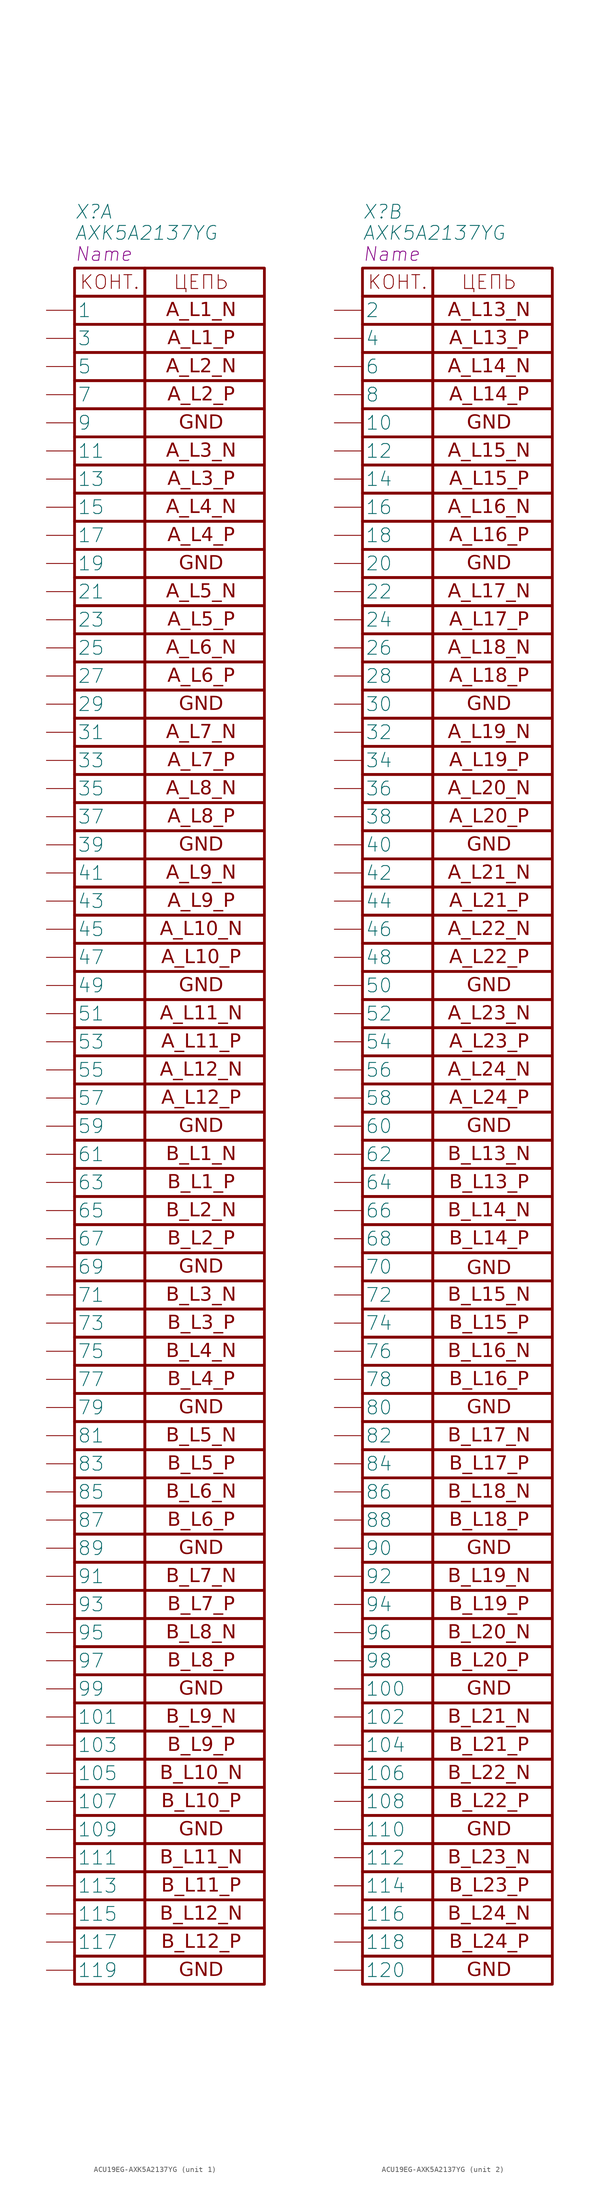
<source format=kicad_sym>
(kicad_symbol_lib
  (version 20241209)
  (generator "kicad_symbol_editor")
  (generator_version "9.0")
  (symbol "ACU19EG-AXK5A2137YG"
    (pin_numbers
      (hide yes))
    (property "Reference" "X"
      (at -12.7 10.16 0)
      (effects (font (size 2.5 2.5) (italic yes)) (justify left)))
    (property "Value" "AXK5A2137YG"
      (at -12.7 6.35 0)
      (effects (font (size 2.5 2.5) (italic yes)) (justify left)))
    (property "Name" "Name"
      (at -12.7 2.54 0)
      (effects (font (size 2.489 2.489) (italic yes)) (justify left)))
    (property "ki_locked" ""
      (at 0 0 0)
      (effects (font (size 1.27 1.27))))
    (symbol "ACU19EG-AXK5A2137YG_0_1"
      (rectangle (start -12.7 0) (end 0 -5.08) (stroke (width 0.5) (type default)) (fill (type none)))
      (rectangle (start -12.7 -5.08) (end 0 -10.16) (stroke (width 0.5) (type default)) (fill (type none)))
      (rectangle (start -12.7 -10.16) (end 0 -15.24) (stroke (width 0.5) (type default)) (fill (type none)))
      (rectangle (start -12.7 -15.24) (end 0 -20.32) (stroke (width 0.5) (type default)) (fill (type none)))
      (rectangle (start -12.7 -20.32) (end 0 -25.4) (stroke (width 0.5) (type default)) (fill (type none)))
      (rectangle (start -12.7 -25.4) (end 0 -30.48) (stroke (width 0.5) (type default)) (fill (type none)))
      (rectangle (start -12.7 -30.48) (end 0 -35.56) (stroke (width 0.5) (type default)) (fill (type none)))
      (rectangle (start -12.7 -35.56) (end 0 -40.64) (stroke (width 0.5) (type default)) (fill (type none)))
      (rectangle (start -12.7 -40.64) (end 0 -45.72) (stroke (width 0.5) (type default)) (fill (type none)))
      (rectangle (start -12.7 -45.72) (end 0 -50.8) (stroke (width 0.5) (type default)) (fill (type none)))
      (rectangle (start -12.7 -50.8) (end 0 -55.88) (stroke (width 0.5) (type default)) (fill (type none)))
      (rectangle (start -12.7 -55.88) (end 0 -60.96) (stroke (width 0.5) (type default)) (fill (type none)))
      (rectangle (start -12.7 -60.96) (end 0 -66.04) (stroke (width 0.5) (type default)) (fill (type none)))
      (rectangle (start -12.7 -66.04) (end 0 -71.12) (stroke (width 0.5) (type default)) (fill (type none)))
      (rectangle (start -12.7 -71.12) (end 0 -76.2) (stroke (width 0.5) (type default)) (fill (type none)))
      (rectangle (start -12.7 -76.2) (end 0 -81.28) (stroke (width 0.5) (type default)) (fill (type none)))
      (rectangle (start -12.7 -81.28) (end 0 -86.36) (stroke (width 0.5) (type default)) (fill (type none)))
      (rectangle (start -12.7 -86.36) (end 0 -91.44) (stroke (width 0.5) (type default)) (fill (type none)))
      (rectangle (start -12.7 -91.44) (end 0 -96.52) (stroke (width 0.5) (type default)) (fill (type none)))
      (rectangle (start -12.7 -96.52) (end 0 -101.6) (stroke (width 0.5) (type default)) (fill (type none)))
      (rectangle (start -12.7 -101.6) (end 0 -106.68) (stroke (width 0.5) (type default)) (fill (type none)))
      (rectangle (start -12.7 -106.68) (end 0 -111.76) (stroke (width 0.5) (type default)) (fill (type none)))
      (rectangle (start -12.7 -111.76) (end 0 -116.84) (stroke (width 0.5) (type default)) (fill (type none)))
      (rectangle (start -12.7 -116.84) (end 0 -121.92) (stroke (width 0.5) (type default)) (fill (type none)))
      (rectangle (start -12.7 -121.92) (end 0 -127) (stroke (width 0.5) (type default)) (fill (type none)))
      (rectangle (start -12.7 -127) (end 0 -132.08) (stroke (width 0.5) (type default)) (fill (type none)))
      (rectangle (start -12.7 -132.08) (end 0 -137.16) (stroke (width 0.5) (type default)) (fill (type none)))
      (rectangle (start -12.7 -137.16) (end 0 -142.24) (stroke (width 0.5) (type default)) (fill (type none)))
      (rectangle (start -12.7 -142.24) (end 0 -147.32) (stroke (width 0.5) (type default)) (fill (type none)))
      (rectangle (start -12.7 -147.32) (end 0 -152.4) (stroke (width 0.5) (type default)) (fill (type none)))
      (rectangle (start -12.7 -152.4) (end 0 -157.48) (stroke (width 0.5) (type default)) (fill (type none)))
      (rectangle (start -12.7 -157.48) (end 0 -162.56) (stroke (width 0.5) (type default)) (fill (type none)))
      (rectangle (start -12.7 -162.56) (end 0 -167.64) (stroke (width 0.5) (type default)) (fill (type none)))
      (rectangle (start -12.7 -167.64) (end 0 -172.72) (stroke (width 0.5) (type default)) (fill (type none)))
      (rectangle (start -12.7 -172.72) (end 0 -177.8) (stroke (width 0.5) (type default)) (fill (type none)))
      (rectangle (start -12.7 -177.8) (end 0 -182.88) (stroke (width 0.5) (type default)) (fill (type none)))
      (rectangle (start -12.7 -182.88) (end 0 -187.96) (stroke (width 0.5) (type default)) (fill (type none)))
      (rectangle (start -12.7 -187.96) (end 0 -193.04) (stroke (width 0.5) (type default)) (fill (type none)))
      (rectangle (start -12.7 -193.04) (end 0 -198.12) (stroke (width 0.5) (type default)) (fill (type none)))
      (rectangle (start -12.7 -198.12) (end 0 -203.2) (stroke (width 0.5) (type default)) (fill (type none)))
      (rectangle (start -12.7 -203.2) (end 0 -208.28) (stroke (width 0.5) (type default)) (fill (type none)))
      (rectangle (start -12.7 -208.28) (end 0 -213.36) (stroke (width 0.5) (type default)) (fill (type none)))
      (rectangle (start -12.7 -213.36) (end 0 -218.44) (stroke (width 0.5) (type default)) (fill (type none)))
      (rectangle (start -12.7 -218.44) (end 0 -223.52) (stroke (width 0.5) (type default)) (fill (type none)))
      (rectangle (start -12.7 -223.52) (end 0 -228.6) (stroke (width 0.5) (type default)) (fill (type none)))
      (rectangle (start -12.7 -228.6) (end 0 -233.68) (stroke (width 0.5) (type default)) (fill (type none)))
      (rectangle (start -12.7 -233.68) (end 0 -238.76) (stroke (width 0.5) (type default)) (fill (type none)))
      (rectangle (start -12.7 -238.76) (end 0 -243.84) (stroke (width 0.5) (type default)) (fill (type none)))
      (rectangle (start -12.7 -243.84) (end 0 -248.92) (stroke (width 0.5) (type default)) (fill (type none)))
      (rectangle (start -12.7 -248.92) (end 0 -254) (stroke (width 0.5) (type default)) (fill (type none)))
      (rectangle (start -12.7 -254) (end 0 -259.08) (stroke (width 0.5) (type default)) (fill (type none)))
      (rectangle (start -12.7 -259.08) (end 0 -264.16) (stroke (width 0.5) (type default)) (fill (type none)))
      (rectangle (start -12.7 -264.16) (end 0 -269.24) (stroke (width 0.5) (type default)) (fill (type none)))
      (rectangle (start -12.7 -269.24) (end 0 -274.32) (stroke (width 0.5) (type default)) (fill (type none)))
      (rectangle (start -12.7 -274.32) (end 0 -279.4) (stroke (width 0.5) (type default)) (fill (type none)))
      (rectangle (start -12.7 -279.4) (end 0 -284.48) (stroke (width 0.5) (type default)) (fill (type none)))
      (rectangle (start -12.7 -284.48) (end 0 -289.56) (stroke (width 0.5) (type default)) (fill (type none)))
      (rectangle (start -12.7 -289.56) (end 0 -294.64) (stroke (width 0.5) (type default)) (fill (type none)))
      (rectangle (start -12.7 -294.64) (end 0 -299.72) (stroke (width 0.5) (type default)) (fill (type none)))
      (rectangle (start -12.7 -299.72) (end 0 -304.8) (stroke (width 0.5) (type default)) (fill (type none)))
      (rectangle (start -12.7 -304.8) (end 0 -309.88) (stroke (width 0.5) (type default)) (fill (type none)))
      (rectangle (start 0 0) (end 21.59 -5.08) (stroke (width 0.5) (type default)) (fill (type none)))
      (rectangle (start 0 -5.08) (end 21.59 -10.16) (stroke (width 0.5) (type default)) (fill (type none)))
      (rectangle (start 0 -10.16) (end 21.59 -15.24) (stroke (width 0.5) (type default)) (fill (type none)))
      (rectangle (start 0 -15.24) (end 21.59 -20.32) (stroke (width 0.5) (type default)) (fill (type none)))
      (rectangle (start 0 -20.32) (end 21.59 -25.4) (stroke (width 0.5) (type default)) (fill (type none)))
      (rectangle (start 0 -25.4) (end 21.59 -30.48) (stroke (width 0.5) (type default)) (fill (type none)))
      (rectangle (start 0 -30.48) (end 21.59 -35.56) (stroke (width 0.5) (type default)) (fill (type none)))
      (rectangle (start 0 -35.56) (end 21.59 -40.64) (stroke (width 0.5) (type default)) (fill (type none)))
      (rectangle (start 0 -40.64) (end 21.59 -45.72) (stroke (width 0.5) (type default)) (fill (type none)))
      (rectangle (start 0 -45.72) (end 21.59 -50.8) (stroke (width 0.5) (type default)) (fill (type none)))
      (rectangle (start 0 -50.8) (end 21.59 -55.88) (stroke (width 0.5) (type default)) (fill (type none)))
      (rectangle (start 0 -55.88) (end 21.59 -60.96) (stroke (width 0.5) (type default)) (fill (type none)))
      (rectangle (start 0 -60.96) (end 21.59 -66.04) (stroke (width 0.5) (type default)) (fill (type none)))
      (rectangle (start 0 -66.04) (end 21.59 -71.12) (stroke (width 0.5) (type default)) (fill (type none)))
      (rectangle (start 0 -71.12) (end 21.59 -76.2) (stroke (width 0.5) (type default)) (fill (type none)))
      (rectangle (start 0 -76.2) (end 21.59 -81.28) (stroke (width 0.5) (type default)) (fill (type none)))
      (rectangle (start 0 -81.28) (end 21.59 -86.36) (stroke (width 0.5) (type default)) (fill (type none)))
      (rectangle (start 0 -86.36) (end 21.59 -91.44) (stroke (width 0.5) (type default)) (fill (type none)))
      (rectangle (start 0 -91.44) (end 21.59 -96.52) (stroke (width 0.5) (type default)) (fill (type none)))
      (rectangle (start 0 -96.52) (end 21.59 -101.6) (stroke (width 0.5) (type default)) (fill (type none)))
      (rectangle (start 0 -101.6) (end 21.59 -106.68) (stroke (width 0.5) (type default)) (fill (type none)))
      (rectangle (start 0 -106.68) (end 21.59 -111.76) (stroke (width 0.5) (type default)) (fill (type none)))
      (rectangle (start 0 -111.76) (end 21.59 -116.84) (stroke (width 0.5) (type default)) (fill (type none)))
      (rectangle (start 0 -116.84) (end 21.59 -121.92) (stroke (width 0.5) (type default)) (fill (type none)))
      (rectangle (start 0 -121.92) (end 21.59 -127) (stroke (width 0.5) (type default)) (fill (type none)))
      (rectangle (start 0 -127) (end 21.59 -132.08) (stroke (width 0.5) (type default)) (fill (type none)))
      (rectangle (start 0 -132.08) (end 21.59 -137.16) (stroke (width 0.5) (type default)) (fill (type none)))
      (rectangle (start 0 -137.16) (end 21.59 -142.24) (stroke (width 0.5) (type default)) (fill (type none)))
      (rectangle (start 0 -142.24) (end 21.59 -147.32) (stroke (width 0.5) (type default)) (fill (type none)))
      (rectangle (start 0 -147.32) (end 21.59 -152.4) (stroke (width 0.5) (type default)) (fill (type none)))
      (rectangle (start 0 -152.4) (end 21.59 -157.48) (stroke (width 0.5) (type default)) (fill (type none)))
      (rectangle (start 0 -157.48) (end 21.59 -162.56) (stroke (width 0.5) (type default)) (fill (type none)))
      (rectangle (start 0 -162.56) (end 21.59 -167.64) (stroke (width 0.5) (type default)) (fill (type none)))
      (rectangle (start 0 -167.64) (end 21.59 -172.72) (stroke (width 0.5) (type default)) (fill (type none)))
      (rectangle (start 0 -172.72) (end 21.59 -177.8) (stroke (width 0.5) (type default)) (fill (type none)))
      (rectangle (start 0 -177.8) (end 21.59 -182.88) (stroke (width 0.5) (type default)) (fill (type none)))
      (rectangle (start 0 -182.88) (end 21.59 -187.96) (stroke (width 0.5) (type default)) (fill (type none)))
      (rectangle (start 0 -187.96) (end 21.59 -193.04) (stroke (width 0.5) (type default)) (fill (type none)))
      (rectangle (start 0 -193.04) (end 21.59 -198.12) (stroke (width 0.5) (type default)) (fill (type none)))
      (rectangle (start 0 -198.12) (end 21.59 -203.2) (stroke (width 0.5) (type default)) (fill (type none)))
      (rectangle (start 0 -203.2) (end 21.59 -208.28) (stroke (width 0.5) (type default)) (fill (type none)))
      (rectangle (start 0 -208.28) (end 21.59 -213.36) (stroke (width 0.5) (type default)) (fill (type none)))
      (rectangle (start 0 -213.36) (end 21.59 -218.44) (stroke (width 0.5) (type default)) (fill (type none)))
      (rectangle (start 0 -218.44) (end 21.59 -223.52) (stroke (width 0.5) (type default)) (fill (type none)))
      (rectangle (start 0 -223.52) (end 21.59 -228.6) (stroke (width 0.5) (type default)) (fill (type none)))
      (rectangle (start 0 -228.6) (end 21.59 -233.68) (stroke (width 0.5) (type default)) (fill (type none)))
      (rectangle (start 0 -233.68) (end 21.59 -238.76) (stroke (width 0.5) (type default)) (fill (type none)))
      (rectangle (start 0 -238.76) (end 21.59 -243.84) (stroke (width 0.5) (type default)) (fill (type none)))
      (rectangle (start 0 -243.84) (end 21.59 -248.92) (stroke (width 0.5) (type default)) (fill (type none)))
      (rectangle (start 0 -248.92) (end 21.59 -254) (stroke (width 0.5) (type default)) (fill (type none)))
      (rectangle (start 0 -254) (end 21.59 -259.08) (stroke (width 0.5) (type default)) (fill (type none)))
      (rectangle (start 0 -259.08) (end 21.59 -264.16) (stroke (width 0.5) (type default)) (fill (type none)))
      (rectangle (start 0 -264.16) (end 21.59 -269.24) (stroke (width 0.5) (type default)) (fill (type none)))
      (rectangle (start 0 -269.24) (end 21.59 -274.32) (stroke (width 0.5) (type default)) (fill (type none)))
      (rectangle (start 0 -274.32) (end 21.59 -279.4) (stroke (width 0.5) (type default)) (fill (type none)))
      (rectangle (start 0 -279.4) (end 21.59 -284.48) (stroke (width 0.5) (type default)) (fill (type none)))
      (rectangle (start 0 -284.48) (end 21.59 -289.56) (stroke (width 0.5) (type default)) (fill (type none)))
      (rectangle (start 0 -289.56) (end 21.59 -294.64) (stroke (width 0.5) (type default)) (fill (type none)))
      (rectangle (start 0 -294.64) (end 21.59 -299.72) (stroke (width 0.5) (type default)) (fill (type none)))
      (rectangle (start 0 -299.72) (end 21.59 -304.8) (stroke (width 0.5) (type default)) (fill (type none)))
      (rectangle (start 0 -304.8) (end 21.59 -309.88) (stroke (width 0.5) (type default)) (fill (type none)))
      (text "КОНТ." (at -6.35 -2.54 0) (effects (font (size 2.5 2.5))))
      (text "ЦЕПЬ" (at 10.16 -2.54 0) (effects (font (size 2.5 2.5)))))
    (symbol "ACU19EG-AXK5A2137YG_1_1"
      (text "A_L1_N" (at 10.16 -7.62 0) (effects (font (face "GOST type A") (size 2.5 2.5))))
      (text "A_L1_P" (at 10.16 -12.7 0) (effects (font (face "GOST type A") (size 2.5 2.5))))
      (text "A_L2_N" (at 10.16 -17.78 0) (effects (font (face "GOST type A") (size 2.5 2.5))))
      (text "A_L2_P" (at 10.16 -22.86 0) (effects (font (face "GOST type A") (size 2.5 2.5))))
      (text "GND" (at 10.16 -27.94 0) (effects (font (face "GOST type A") (size 2.5 2.5))))
      (text "A_L3_N" (at 10.16 -33.02 0) (effects (font (face "GOST type A") (size 2.5 2.5))))
      (text "A_L3_P" (at 10.16 -38.1 0) (effects (font (face "GOST type A") (size 2.5 2.5))))
      (text "A_L4_N" (at 10.16 -43.18 0) (effects (font (face "GOST type A") (size 2.5 2.5))))
      (text "A_L4_P" (at 10.16 -48.26 0) (effects (font (face "GOST type A") (size 2.5 2.5))))
      (text "GND" (at 10.16 -53.34 0) (effects (font (face "GOST type A") (size 2.5 2.5))))
      (text "A_L5_N" (at 10.16 -58.42 0) (effects (font (face "GOST type A") (size 2.5 2.5))))
      (text "A_L5_P" (at 10.16 -63.5 0) (effects (font (face "GOST type A") (size 2.5 2.5))))
      (text "A_L6_N" (at 10.16 -68.58 0) (effects (font (face "GOST type A") (size 2.5 2.5))))
      (text "A_L6_P" (at 10.16 -73.66 0) (effects (font (face "GOST type A") (size 2.5 2.5))))
      (text "GND" (at 10.16 -78.74 0) (effects (font (face "GOST type A") (size 2.5 2.5))))
      (text "A_L7_N" (at 10.16 -83.82 0) (effects (font (face "GOST type A") (size 2.5 2.5))))
      (text "A_L7_P" (at 10.16 -88.9 0) (effects (font (face "GOST type A") (size 2.5 2.5))))
      (text "A_L8_N" (at 10.16 -93.98 0) (effects (font (face "GOST type A") (size 2.5 2.5))))
      (text "A_L8_P" (at 10.16 -99.06 0) (effects (font (face "GOST type A") (size 2.5 2.5))))
      (text "GND" (at 10.16 -104.14 0) (effects (font (face "GOST type A") (size 2.5 2.5))))
      (text "A_L9_N" (at 10.16 -109.22 0) (effects (font (face "GOST type A") (size 2.5 2.5))))
      (text "A_L9_P" (at 10.16 -114.3 0) (effects (font (face "GOST type A") (size 2.5 2.5))))
      (text "A_L10_N" (at 10.16 -119.38 0) (effects (font (face "GOST type A") (size 2.5 2.5))))
      (text "A_L10_P" (at 10.16 -124.46 0) (effects (font (face "GOST type A") (size 2.5 2.5))))
      (text "GND" (at 10.16 -129.54 0) (effects (font (face "GOST type A") (size 2.5 2.5))))
      (text "A_L11_N" (at 10.16 -134.62 0) (effects (font (face "GOST type A") (size 2.5 2.5))))
      (text "A_L11_P" (at 10.16 -139.7 0) (effects (font (face "GOST type A") (size 2.5 2.5))))
      (text "A_L12_N" (at 10.16 -144.78 0) (effects (font (face "GOST type A") (size 2.5 2.5))))
      (text "A_L12_P" (at 10.16 -149.86 0) (effects (font (face "GOST type A") (size 2.5 2.5))))
      (text "GND" (at 10.16 -154.94 0) (effects (font (face "GOST type A") (size 2.5 2.5))))
      (text "B_L1_N" (at 10.16 -160.02 0) (effects (font (face "GOST type A") (size 2.5 2.5))))
      (text "B_L1_P" (at 10.16 -165.1 0) (effects (font (face "GOST type A") (size 2.5 2.5))))
      (text "B_L2_N" (at 10.16 -170.18 0) (effects (font (face "GOST type A") (size 2.5 2.5))))
      (text "B_L2_P" (at 10.16 -175.26 0) (effects (font (face "GOST type A") (size 2.5 2.5))))
      (text "GND" (at 10.16 -180.34 0) (effects (font (face "GOST type A") (size 2.5 2.5))))
      (text "B_L3_N" (at 10.16 -185.42 0) (effects (font (face "GOST type A") (size 2.5 2.5))))
      (text "B_L3_P" (at 10.16 -190.5 0) (effects (font (face "GOST type A") (size 2.5 2.5))))
      (text "B_L4_N" (at 10.16 -195.58 0) (effects (font (face "GOST type A") (size 2.5 2.5))))
      (text "B_L4_P" (at 10.16 -200.66 0) (effects (font (face "GOST type A") (size 2.5 2.5))))
      (text "GND" (at 10.16 -205.74 0) (effects (font (face "GOST type A") (size 2.5 2.5))))
      (text "B_L5_N" (at 10.16 -210.82 0) (effects (font (face "GOST type A") (size 2.5 2.5))))
      (text "B_L5_P" (at 10.16 -215.9 0) (effects (font (face "GOST type A") (size 2.5 2.5))))
      (text "B_L6_N" (at 10.16 -220.98 0) (effects (font (face "GOST type A") (size 2.5 2.5))))
      (text "B_L6_P" (at 10.16 -226.06 0) (effects (font (face "GOST type A") (size 2.5 2.5))))
      (text "GND" (at 10.16 -231.14 0) (effects (font (face "GOST type A") (size 2.5 2.5))))
      (text "B_L7_N" (at 10.16 -236.22 0) (effects (font (face "GOST type A") (size 2.5 2.5))))
      (text "B_L7_P" (at 10.16 -241.3 0) (effects (font (face "GOST type A") (size 2.5 2.5))))
      (text "B_L8_N" (at 10.16 -246.38 0) (effects (font (face "GOST type A") (size 2.5 2.5))))
      (text "B_L8_P" (at 10.16 -251.46 0) (effects (font (face "GOST type A") (size 2.5 2.5))))
      (text "GND" (at 10.16 -256.54 0) (effects (font (face "GOST type A") (size 2.5 2.5))))
      (text "B_L9_N" (at 10.16 -261.62 0) (effects (font (face "GOST type A") (size 2.5 2.5))))
      (text "B_L9_P" (at 10.16 -266.7 0) (effects (font (face "GOST type A") (size 2.5 2.5))))
      (text "B_L10_N" (at 10.16 -271.78 0) (effects (font (face "GOST type A") (size 2.5 2.5))))
      (text "B_L10_P" (at 10.16 -276.86 0) (effects (font (face "GOST type A") (size 2.5 2.5))))
      (text "GND" (at 10.16 -281.94 0) (effects (font (face "GOST type A") (size 2.5 2.5))))
      (text "B_L11_N" (at 10.16 -287.02 0) (effects (font (face "GOST type A") (size 2.5 2.5))))
      (text "B_L11_P" (at 10.16 -292.1 0) (effects (font (face "GOST type A") (size 2.5 2.5))))
      (text "B_L12_N" (at 10.16 -297.18 0) (effects (font (face "GOST type A") (size 2.5 2.5))))
      (text "B_L12_P" (at 10.16 -302.26 0) (effects (font (face "GOST type A") (size 2.5 2.5))))
      (text "GND" (at 10.16 -307.34 0) (effects (font (face "GOST type A") (size 2.5 2.5))))
      (pin bidirectional line (at -17.78 -7.62 0) (length 5.08) (name "1" (effects (font (size 2.489 2.489)))) (number "1" (effects (font (size 2.489 2.489)))))
      (pin bidirectional line (at -17.78 -12.7 0) (length 5.08) (name "3" (effects (font (size 2.489 2.489)))) (number "3" (effects (font (size 2.489 2.489)))))
      (pin bidirectional line (at -17.78 -17.78 0) (length 5.08) (name "5" (effects (font (size 2.489 2.489)))) (number "5" (effects (font (size 2.489 2.489)))))
      (pin bidirectional line (at -17.78 -22.86 0) (length 5.08) (name "7" (effects (font (size 2.489 2.489)))) (number "7" (effects (font (size 2.489 2.489)))))
      (pin power_in line (at -17.78 -27.94 0) (length 5.08) (name "9" (effects (font (size 2.489 2.489)))) (number "9" (effects (font (size 2.489 2.489)))))
      (pin bidirectional line (at -17.78 -33.02 0) (length 5.08) (name "11" (effects (font (size 2.489 2.489)))) (number "11" (effects (font (size 2.489 2.489)))))
      (pin bidirectional line (at -17.78 -38.1 0) (length 5.08) (name "13" (effects (font (size 2.489 2.489)))) (number "13" (effects (font (size 2.489 2.489)))))
      (pin bidirectional line (at -17.78 -43.18 0) (length 5.08) (name "15" (effects (font (size 2.489 2.489)))) (number "15" (effects (font (size 2.489 2.489)))))
      (pin bidirectional line (at -17.78 -48.26 0) (length 5.08) (name "17" (effects (font (size 2.489 2.489)))) (number "17" (effects (font (size 2.489 2.489)))))
      (pin power_in line (at -17.78 -53.34 0) (length 5.08) (name "19" (effects (font (size 2.489 2.489)))) (number "19" (effects (font (size 2.489 2.489)))))
      (pin bidirectional line (at -17.78 -58.42 0) (length 5.08) (name "21" (effects (font (size 2.489 2.489)))) (number "21" (effects (font (size 2.489 2.489)))))
      (pin bidirectional line (at -17.78 -63.5 0) (length 5.08) (name "23" (effects (font (size 2.489 2.489)))) (number "23" (effects (font (size 2.489 2.489)))))
      (pin bidirectional line (at -17.78 -68.58 0) (length 5.08) (name "25" (effects (font (size 2.489 2.489)))) (number "25" (effects (font (size 2.489 2.489)))))
      (pin bidirectional line (at -17.78 -73.66 0) (length 5.08) (name "27" (effects (font (size 2.489 2.489)))) (number "27" (effects (font (size 2.489 2.489)))))
      (pin power_in line (at -17.78 -78.74 0) (length 5.08) (name "29" (effects (font (size 2.489 2.489)))) (number "29" (effects (font (size 2.489 2.489)))))
      (pin bidirectional line (at -17.78 -83.82 0) (length 5.08) (name "31" (effects (font (size 2.489 2.489)))) (number "31" (effects (font (size 2.489 2.489)))))
      (pin bidirectional line (at -17.78 -88.9 0) (length 5.08) (name "33" (effects (font (size 2.489 2.489)))) (number "33" (effects (font (size 2.489 2.489)))))
      (pin bidirectional line (at -17.78 -93.98 0) (length 5.08) (name "35" (effects (font (size 2.489 2.489)))) (number "35" (effects (font (size 2.489 2.489)))))
      (pin bidirectional line (at -17.78 -99.06 0) (length 5.08) (name "37" (effects (font (size 2.489 2.489)))) (number "37" (effects (font (size 2.489 2.489)))))
      (pin power_in line (at -17.78 -104.14 0) (length 5.08) (name "39" (effects (font (size 2.489 2.489)))) (number "39" (effects (font (size 2.489 2.489)))))
      (pin bidirectional line (at -17.78 -109.22 0) (length 5.08) (name "41" (effects (font (size 2.489 2.489)))) (number "41" (effects (font (size 2.489 2.489)))))
      (pin bidirectional line (at -17.78 -114.3 0) (length 5.08) (name "43" (effects (font (size 2.489 2.489)))) (number "43" (effects (font (size 2.489 2.489)))))
      (pin bidirectional line (at -17.78 -119.38 0) (length 5.08) (name "45" (effects (font (size 2.489 2.489)))) (number "45" (effects (font (size 2.489 2.489)))))
      (pin bidirectional line (at -17.78 -124.46 0) (length 5.08) (name "47" (effects (font (size 2.489 2.489)))) (number "47" (effects (font (size 2.489 2.489)))))
      (pin power_in line (at -17.78 -129.54 0) (length 5.08) (name "49" (effects (font (size 2.489 2.489)))) (number "49" (effects (font (size 2.489 2.489)))))
      (pin bidirectional line (at -17.78 -134.62 0) (length 5.08) (name "51" (effects (font (size 2.489 2.489)))) (number "51" (effects (font (size 2.489 2.489)))))
      (pin bidirectional line (at -17.78 -139.7 0) (length 5.08) (name "53" (effects (font (size 2.489 2.489)))) (number "53" (effects (font (size 2.489 2.489)))))
      (pin bidirectional line (at -17.78 -144.78 0) (length 5.08) (name "55" (effects (font (size 2.489 2.489)))) (number "55" (effects (font (size 2.489 2.489)))))
      (pin bidirectional line (at -17.78 -149.86 0) (length 5.08) (name "57" (effects (font (size 2.489 2.489)))) (number "57" (effects (font (size 2.489 2.489)))))
      (pin power_in line (at -17.78 -154.94 0) (length 5.08) (name "59" (effects (font (size 2.489 2.489)))) (number "59" (effects (font (size 2.489 2.489)))))
      (pin bidirectional line (at -17.78 -160.02 0) (length 5.08) (name "61" (effects (font (size 2.489 2.489)))) (number "61" (effects (font (size 2.489 2.489)))))
      (pin bidirectional line (at -17.78 -165.1 0) (length 5.08) (name "63" (effects (font (size 2.489 2.489)))) (number "63" (effects (font (size 2.489 2.489)))))
      (pin bidirectional line (at -17.78 -170.18 0) (length 5.08) (name "65" (effects (font (size 2.489 2.489)))) (number "65" (effects (font (size 2.489 2.489)))))
      (pin bidirectional line (at -17.78 -175.26 0) (length 5.08) (name "67" (effects (font (size 2.489 2.489)))) (number "67" (effects (font (size 2.489 2.489)))))
      (pin power_in line (at -17.78 -180.34 0) (length 5.08) (name "69" (effects (font (size 2.489 2.489)))) (number "69" (effects (font (size 2.489 2.489)))))
      (pin bidirectional line (at -17.78 -185.42 0) (length 5.08) (name "71" (effects (font (size 2.489 2.489)))) (number "71" (effects (font (size 2.489 2.489)))))
      (pin bidirectional line (at -17.78 -190.5 0) (length 5.08) (name "73" (effects (font (size 2.489 2.489)))) (number "73" (effects (font (size 2.489 2.489)))))
      (pin bidirectional line (at -17.78 -195.58 0) (length 5.08) (name "75" (effects (font (size 2.489 2.489)))) (number "75" (effects (font (size 2.489 2.489)))))
      (pin bidirectional line (at -17.78 -200.66 0) (length 5.08) (name "77" (effects (font (size 2.489 2.489)))) (number "77" (effects (font (size 2.489 2.489)))))
      (pin power_in line (at -17.78 -205.74 0) (length 5.08) (name "79" (effects (font (size 2.489 2.489)))) (number "79" (effects (font (size 2.489 2.489)))))
      (pin bidirectional line (at -17.78 -210.82 0) (length 5.08) (name "81" (effects (font (size 2.489 2.489)))) (number "81" (effects (font (size 2.489 2.489)))))
      (pin bidirectional line (at -17.78 -215.9 0) (length 5.08) (name "83" (effects (font (size 2.489 2.489)))) (number "83" (effects (font (size 2.489 2.489)))))
      (pin bidirectional line (at -17.78 -220.98 0) (length 5.08) (name "85" (effects (font (size 2.489 2.489)))) (number "85" (effects (font (size 2.489 2.489)))))
      (pin bidirectional line (at -17.78 -226.06 0) (length 5.08) (name "87" (effects (font (size 2.489 2.489)))) (number "87" (effects (font (size 2.489 2.489)))))
      (pin power_in line (at -17.78 -231.14 0) (length 5.08) (name "89" (effects (font (size 2.489 2.489)))) (number "89" (effects (font (size 2.489 2.489)))))
      (pin bidirectional line (at -17.78 -236.22 0) (length 5.08) (name "91" (effects (font (size 2.489 2.489)))) (number "91" (effects (font (size 2.489 2.489)))))
      (pin bidirectional line (at -17.78 -241.3 0) (length 5.08) (name "93" (effects (font (size 2.489 2.489)))) (number "93" (effects (font (size 2.489 2.489)))))
      (pin bidirectional line (at -17.78 -246.38 0) (length 5.08) (name "95" (effects (font (size 2.489 2.489)))) (number "95" (effects (font (size 2.489 2.489)))))
      (pin bidirectional line (at -17.78 -251.46 0) (length 5.08) (name "97" (effects (font (size 2.489 2.489)))) (number "97" (effects (font (size 2.489 2.489)))))
      (pin power_in line (at -17.78 -256.54 0) (length 5.08) (name "99" (effects (font (size 2.489 2.489)))) (number "99" (effects (font (size 2.489 2.489)))))
      (pin bidirectional line (at -17.78 -261.62 0) (length 5.08) (name "101" (effects (font (size 2.489 2.489)))) (number "101" (effects (font (size 2.489 2.489)))))
      (pin bidirectional line (at -17.78 -266.7 0) (length 5.08) (name "103" (effects (font (size 2.489 2.489)))) (number "103" (effects (font (size 2.489 2.489)))))
      (pin bidirectional line (at -17.78 -271.78 0) (length 5.08) (name "105" (effects (font (size 2.489 2.489)))) (number "105" (effects (font (size 2.489 2.489)))))
      (pin bidirectional line (at -17.78 -276.86 0) (length 5.08) (name "107" (effects (font (size 2.489 2.489)))) (number "107" (effects (font (size 2.489 2.489)))))
      (pin power_in line (at -17.78 -281.94 0) (length 5.08) (name "109" (effects (font (size 2.489 2.489)))) (number "109" (effects (font (size 2.489 2.489)))))
      (pin bidirectional line (at -17.78 -287.02 0) (length 5.08) (name "111" (effects (font (size 2.489 2.489)))) (number "111" (effects (font (size 2.489 2.489)))))
      (pin bidirectional line (at -17.78 -292.1 0) (length 5.08) (name "113" (effects (font (size 2.489 2.489)))) (number "113" (effects (font (size 2.489 2.489)))))
      (pin bidirectional line (at -17.78 -297.18 0) (length 5.08) (name "115" (effects (font (size 2.489 2.489)))) (number "115" (effects (font (size 2.489 2.489)))))
      (pin bidirectional line (at -17.78 -302.26 0) (length 5.08) (name "117" (effects (font (size 2.489 2.489)))) (number "117" (effects (font (size 2.489 2.489)))))
      (pin power_in line (at -17.78 -307.34 0) (length 5.08) (name "119" (effects (font (size 2.489 2.489)))) (number "119" (effects (font (size 2.489 2.489))))))
    (symbol "ACU19EG-AXK5A2137YG_2_1"
      (text "A_L13_N" (at 10.16 -7.62 0) (effects (font (face "GOST type A") (size 2.5 2.5))))
      (text "A_L13_P" (at 10.16 -12.7 0) (effects (font (face "GOST type A") (size 2.5 2.5))))
      (text "A_L14_N" (at 10.16 -17.78 0) (effects (font (face "GOST type A") (size 2.5 2.5))))
      (text "A_L14_P" (at 10.16 -22.86 0) (effects (font (face "GOST type A") (size 2.5 2.5))))
      (text "GND" (at 10.16 -27.94 0) (effects (font (face "GOST type A") (size 2.5 2.5))))
      (text "A_L15_N" (at 10.16 -33.02 0) (effects (font (face "GOST type A") (size 2.5 2.5))))
      (text "A_L15_P" (at 10.16 -38.1 0) (effects (font (face "GOST type A") (size 2.5 2.5))))
      (text "A_L16_N" (at 10.16 -43.18 0) (effects (font (face "GOST type A") (size 2.5 2.5))))
      (text "A_L16_P" (at 10.16 -48.26 0) (effects (font (face "GOST type A") (size 2.5 2.5))))
      (text "GND" (at 10.16 -53.34 0) (effects (font (face "GOST type A") (size 2.5 2.5))))
      (text "A_L17_N" (at 10.16 -58.42 0) (effects (font (face "GOST type A") (size 2.5 2.5))))
      (text "A_L17_P" (at 10.16 -63.5 0) (effects (font (face "GOST type A") (size 2.5 2.5))))
      (text "A_L18_N" (at 10.16 -68.58 0) (effects (font (face "GOST type A") (size 2.5 2.5))))
      (text "A_L18_P" (at 10.16 -73.66 0) (effects (font (face "GOST type A") (size 2.5 2.5))))
      (text "GND" (at 10.16 -78.74 0) (effects (font (face "GOST type A") (size 2.5 2.5))))
      (text "A_L19_N" (at 10.16 -83.82 0) (effects (font (face "GOST type A") (size 2.5 2.5))))
      (text "A_L19_P" (at 10.16 -88.9 0) (effects (font (face "GOST type A") (size 2.5 2.5))))
      (text "A_L20_N" (at 10.16 -93.98 0) (effects (font (face "GOST type A") (size 2.5 2.5))))
      (text "A_L20_P" (at 10.16 -99.06 0) (effects (font (face "GOST type A") (size 2.5 2.5))))
      (text "GND" (at 10.16 -104.14 0) (effects (font (face "GOST type A") (size 2.5 2.5))))
      (text "A_L21_N" (at 10.16 -109.22 0) (effects (font (face "GOST type A") (size 2.5 2.5))))
      (text "A_L21_P" (at 10.16 -114.3 0) (effects (font (face "GOST type A") (size 2.5 2.5))))
      (text "A_L22_N" (at 10.16 -119.38 0) (effects (font (face "GOST type A") (size 2.5 2.5))))
      (text "A_L22_P" (at 10.16 -124.46 0) (effects (font (face "GOST type A") (size 2.5 2.5))))
      (text "GND" (at 10.16 -129.54 0) (effects (font (face "GOST type A") (size 2.5 2.5))))
      (text "A_L23_N" (at 10.16 -134.62 0) (effects (font (face "GOST type A") (size 2.5 2.5))))
      (text "A_L23_P" (at 10.16 -139.7 0) (effects (font (face "GOST type A") (size 2.5 2.5))))
      (text "A_L24_N" (at 10.16 -144.78 0) (effects (font (face "GOST type A") (size 2.5 2.5))))
      (text "A_L24_P" (at 10.16 -149.86 0) (effects (font (face "GOST type A") (size 2.5 2.5))))
      (text "GND" (at 10.16 -154.94 0) (effects (font (face "GOST type A") (size 2.5 2.5))))
      (text "B_L13_N" (at 10.16 -160.02 0) (effects (font (face "GOST type A") (size 2.5 2.5))))
      (text "B_L13_P" (at 10.16 -165.1 0) (effects (font (face "GOST type A") (size 2.5 2.5))))
      (text "B_L14_N" (at 10.16 -170.18 0) (effects (font (face "GOST type A") (size 2.5 2.5))))
      (text "B_L14_P" (at 10.16 -175.26 0) (effects (font (face "GOST type A") (size 2.5 2.5))))
      (text "GND" (at 10.16 -180.594 0) (effects (font (face "GOST type A") (size 2.5 2.5))))
      (text "B_L15_N" (at 10.16 -185.42 0) (effects (font (face "GOST type A") (size 2.5 2.5))))
      (text "B_L15_P" (at 10.16 -190.5 0) (effects (font (face "GOST type A") (size 2.5 2.5))))
      (text "B_L16_N" (at 10.16 -195.58 0) (effects (font (face "GOST type A") (size 2.5 2.5))))
      (text "B_L16_P" (at 10.16 -200.66 0) (effects (font (face "GOST type A") (size 2.5 2.5))))
      (text "GND" (at 10.16 -205.74 0) (effects (font (face "GOST type A") (size 2.5 2.5))))
      (text "B_L17_N" (at 10.16 -210.82 0) (effects (font (face "GOST type A") (size 2.5 2.5))))
      (text "B_L17_P" (at 10.16 -215.9 0) (effects (font (face "GOST type A") (size 2.5 2.5))))
      (text "B_L18_N" (at 10.16 -220.98 0) (effects (font (face "GOST type A") (size 2.5 2.5))))
      (text "B_L18_P" (at 10.16 -226.06 0) (effects (font (face "GOST type A") (size 2.5 2.5))))
      (text "GND" (at 10.16 -231.14 0) (effects (font (face "GOST type A") (size 2.5 2.5))))
      (text "B_L19_N" (at 10.16 -236.22 0) (effects (font (face "GOST type A") (size 2.5 2.5))))
      (text "B_L19_P" (at 10.16 -241.3 0) (effects (font (face "GOST type A") (size 2.5 2.5))))
      (text "B_L20_N" (at 10.16 -246.38 0) (effects (font (face "GOST type A") (size 2.5 2.5))))
      (text "B_L20_P" (at 10.16 -251.46 0) (effects (font (face "GOST type A") (size 2.5 2.5))))
      (text "GND" (at 10.16 -256.54 0) (effects (font (face "GOST type A") (size 2.5 2.5))))
      (text "B_L21_N" (at 10.16 -261.62 0) (effects (font (face "GOST type A") (size 2.5 2.5))))
      (text "B_L21_P" (at 10.16 -266.7 0) (effects (font (face "GOST type A") (size 2.5 2.5))))
      (text "B_L22_N" (at 10.16 -271.78 0) (effects (font (face "GOST type A") (size 2.5 2.5))))
      (text "B_L22_P" (at 10.16 -276.86 0) (effects (font (face "GOST type A") (size 2.5 2.5))))
      (text "GND" (at 10.16 -281.94 0) (effects (font (face "GOST type A") (size 2.5 2.5))))
      (text "B_L23_N" (at 10.16 -287.02 0) (effects (font (face "GOST type A") (size 2.5 2.5))))
      (text "B_L23_P" (at 10.16 -292.1 0) (effects (font (face "GOST type A") (size 2.5 2.5))))
      (text "B_L24_N" (at 10.16 -297.18 0) (effects (font (face "GOST type A") (size 2.5 2.5))))
      (text "B_L24_P" (at 10.16 -302.26 0) (effects (font (face "GOST type A") (size 2.5 2.5))))
      (text "GND" (at 10.16 -307.34 0) (effects (font (face "GOST type A") (size 2.5 2.5))))
      (pin bidirectional line (at -17.78 -7.62 0) (length 5.08) (name "2" (effects (font (size 2.489 2.489)))) (number "2" (effects (font (size 2.489 2.489)))))
      (pin bidirectional line (at -17.78 -12.7 0) (length 5.08) (name "4" (effects (font (size 2.489 2.489)))) (number "4" (effects (font (size 2.489 2.489)))))
      (pin bidirectional line (at -17.78 -17.78 0) (length 5.08) (name "6" (effects (font (size 2.489 2.489)))) (number "6" (effects (font (size 2.489 2.489)))))
      (pin bidirectional line (at -17.78 -22.86 0) (length 5.08) (name "8" (effects (font (size 2.489 2.489)))) (number "8" (effects (font (size 2.489 2.489)))))
      (pin power_in line (at -17.78 -27.94 0) (length 5.08) (name "10" (effects (font (size 2.489 2.489)))) (number "10" (effects (font (size 2.489 2.489)))))
      (pin bidirectional line (at -17.78 -33.02 0) (length 5.08) (name "12" (effects (font (size 2.489 2.489)))) (number "12" (effects (font (size 2.489 2.489)))))
      (pin bidirectional line (at -17.78 -38.1 0) (length 5.08) (name "14" (effects (font (size 2.489 2.489)))) (number "14" (effects (font (size 2.489 2.489)))))
      (pin bidirectional line (at -17.78 -43.18 0) (length 5.08) (name "16" (effects (font (size 2.489 2.489)))) (number "16" (effects (font (size 2.489 2.489)))))
      (pin bidirectional line (at -17.78 -48.26 0) (length 5.08) (name "18" (effects (font (size 2.489 2.489)))) (number "18" (effects (font (size 2.489 2.489)))))
      (pin power_in line (at -17.78 -53.34 0) (length 5.08) (name "20" (effects (font (size 2.489 2.489)))) (number "20" (effects (font (size 2.489 2.489)))))
      (pin bidirectional line (at -17.78 -58.42 0) (length 5.08) (name "22" (effects (font (size 2.489 2.489)))) (number "22" (effects (font (size 2.489 2.489)))))
      (pin bidirectional line (at -17.78 -63.5 0) (length 5.08) (name "24" (effects (font (size 2.489 2.489)))) (number "24" (effects (font (size 2.489 2.489)))))
      (pin bidirectional line (at -17.78 -68.58 0) (length 5.08) (name "26" (effects (font (size 2.489 2.489)))) (number "26" (effects (font (size 2.489 2.489)))))
      (pin bidirectional line (at -17.78 -73.66 0) (length 5.08) (name "28" (effects (font (size 2.489 2.489)))) (number "28" (effects (font (size 2.489 2.489)))))
      (pin power_in line (at -17.78 -78.74 0) (length 5.08) (name "30" (effects (font (size 2.489 2.489)))) (number "30" (effects (font (size 2.489 2.489)))))
      (pin bidirectional line (at -17.78 -83.82 0) (length 5.08) (name "32" (effects (font (size 2.489 2.489)))) (number "32" (effects (font (size 2.489 2.489)))))
      (pin bidirectional line (at -17.78 -88.9 0) (length 5.08) (name "34" (effects (font (size 2.489 2.489)))) (number "34" (effects (font (size 2.489 2.489)))))
      (pin bidirectional line (at -17.78 -93.98 0) (length 5.08) (name "36" (effects (font (size 2.489 2.489)))) (number "36" (effects (font (size 2.489 2.489)))))
      (pin bidirectional line (at -17.78 -99.06 0) (length 5.08) (name "38" (effects (font (size 2.489 2.489)))) (number "38" (effects (font (size 2.489 2.489)))))
      (pin power_in line (at -17.78 -104.14 0) (length 5.08) (name "40" (effects (font (size 2.489 2.489)))) (number "40" (effects (font (size 2.489 2.489)))))
      (pin bidirectional line (at -17.78 -109.22 0) (length 5.08) (name "42" (effects (font (size 2.489 2.489)))) (number "42" (effects (font (size 2.489 2.489)))))
      (pin bidirectional line (at -17.78 -114.3 0) (length 5.08) (name "44" (effects (font (size 2.489 2.489)))) (number "44" (effects (font (size 2.489 2.489)))))
      (pin bidirectional line (at -17.78 -119.38 0) (length 5.08) (name "46" (effects (font (size 2.489 2.489)))) (number "46" (effects (font (size 2.489 2.489)))))
      (pin bidirectional line (at -17.78 -124.46 0) (length 5.08) (name "48" (effects (font (size 2.489 2.489)))) (number "48" (effects (font (size 2.489 2.489)))))
      (pin power_in line (at -17.78 -129.54 0) (length 5.08) (name "50" (effects (font (size 2.489 2.489)))) (number "50" (effects (font (size 2.489 2.489)))))
      (pin bidirectional line (at -17.78 -134.62 0) (length 5.08) (name "52" (effects (font (size 2.489 2.489)))) (number "52" (effects (font (size 2.489 2.489)))))
      (pin bidirectional line (at -17.78 -139.7 0) (length 5.08) (name "54" (effects (font (size 2.489 2.489)))) (number "54" (effects (font (size 2.489 2.489)))))
      (pin bidirectional line (at -17.78 -144.78 0) (length 5.08) (name "56" (effects (font (size 2.489 2.489)))) (number "56" (effects (font (size 2.489 2.489)))))
      (pin bidirectional line (at -17.78 -149.86 0) (length 5.08) (name "58" (effects (font (size 2.489 2.489)))) (number "58" (effects (font (size 2.489 2.489)))))
      (pin power_in line (at -17.78 -154.94 0) (length 5.08) (name "60" (effects (font (size 2.489 2.489)))) (number "60" (effects (font (size 2.489 2.489)))))
      (pin bidirectional line (at -17.78 -160.02 0) (length 5.08) (name "62" (effects (font (size 2.489 2.489)))) (number "62" (effects (font (size 2.489 2.489)))))
      (pin bidirectional line (at -17.78 -165.1 0) (length 5.08) (name "64" (effects (font (size 2.489 2.489)))) (number "64" (effects (font (size 2.489 2.489)))))
      (pin bidirectional line (at -17.78 -170.18 0) (length 5.08) (name "66" (effects (font (size 2.489 2.489)))) (number "66" (effects (font (size 2.489 2.489)))))
      (pin bidirectional line (at -17.78 -175.26 0) (length 5.08) (name "68" (effects (font (size 2.489 2.489)))) (number "68" (effects (font (size 2.489 2.489)))))
      (pin bidirectional line (at -17.78 -180.34 0) (length 5.08) (name "70" (effects (font (size 2.489 2.489)))) (number "70" (effects (font (size 2.489 2.489)))))
      (pin bidirectional line (at -17.78 -185.42 0) (length 5.08) (name "72" (effects (font (size 2.489 2.489)))) (number "72" (effects (font (size 2.489 2.489)))))
      (pin bidirectional line (at -17.78 -190.5 0) (length 5.08) (name "74" (effects (font (size 2.489 2.489)))) (number "74" (effects (font (size 2.489 2.489)))))
      (pin bidirectional line (at -17.78 -195.58 0) (length 5.08) (name "76" (effects (font (size 2.489 2.489)))) (number "76" (effects (font (size 2.489 2.489)))))
      (pin bidirectional line (at -17.78 -200.66 0) (length 5.08) (name "78" (effects (font (size 2.489 2.489)))) (number "78" (effects (font (size 2.489 2.489)))))
      (pin power_in line (at -17.78 -205.74 0) (length 5.08) (name "80" (effects (font (size 2.489 2.489)))) (number "80" (effects (font (size 2.489 2.489)))))
      (pin bidirectional line (at -17.78 -210.82 0) (length 5.08) (name "82" (effects (font (size 2.489 2.489)))) (number "82" (effects (font (size 2.489 2.489)))))
      (pin bidirectional line (at -17.78 -215.9 0) (length 5.08) (name "84" (effects (font (size 2.489 2.489)))) (number "84" (effects (font (size 2.489 2.489)))))
      (pin bidirectional line (at -17.78 -220.98 0) (length 5.08) (name "86" (effects (font (size 2.489 2.489)))) (number "86" (effects (font (size 2.489 2.489)))))
      (pin bidirectional line (at -17.78 -226.06 0) (length 5.08) (name "88" (effects (font (size 2.489 2.489)))) (number "88" (effects (font (size 2.489 2.489)))))
      (pin power_in line (at -17.78 -231.14 0) (length 5.08) (name "90" (effects (font (size 2.489 2.489)))) (number "90" (effects (font (size 2.489 2.489)))))
      (pin bidirectional line (at -17.78 -236.22 0) (length 5.08) (name "92" (effects (font (size 2.489 2.489)))) (number "92" (effects (font (size 2.489 2.489)))))
      (pin bidirectional line (at -17.78 -241.3 0) (length 5.08) (name "94" (effects (font (size 2.489 2.489)))) (number "94" (effects (font (size 2.489 2.489)))))
      (pin bidirectional line (at -17.78 -246.38 0) (length 5.08) (name "96" (effects (font (size 2.489 2.489)))) (number "96" (effects (font (size 2.489 2.489)))))
      (pin bidirectional line (at -17.78 -251.46 0) (length 5.08) (name "98" (effects (font (size 2.489 2.489)))) (number "98" (effects (font (size 2.489 2.489)))))
      (pin power_in line (at -17.78 -256.54 0) (length 5.08) (name "100" (effects (font (size 2.489 2.489)))) (number "100" (effects (font (size 2.489 2.489)))))
      (pin bidirectional line (at -17.78 -261.62 0) (length 5.08) (name "102" (effects (font (size 2.489 2.489)))) (number "102" (effects (font (size 2.489 2.489)))))
      (pin bidirectional line (at -17.78 -266.7 0) (length 5.08) (name "104" (effects (font (size 2.489 2.489)))) (number "104" (effects (font (size 2.489 2.489)))))
      (pin bidirectional line (at -17.78 -271.78 0) (length 5.08) (name "106" (effects (font (size 2.489 2.489)))) (number "106" (effects (font (size 2.489 2.489)))))
      (pin bidirectional line (at -17.78 -276.86 0) (length 5.08) (name "108" (effects (font (size 2.489 2.489)))) (number "108" (effects (font (size 2.489 2.489)))))
      (pin power_in line (at -17.78 -281.94 0) (length 5.08) (name "110" (effects (font (size 2.489 2.489)))) (number "110" (effects (font (size 2.489 2.489)))))
      (pin bidirectional line (at -17.78 -287.02 0) (length 5.08) (name "112" (effects (font (size 2.489 2.489)))) (number "112" (effects (font (size 2.489 2.489)))))
      (pin bidirectional line (at -17.78 -292.1 0) (length 5.08) (name "114" (effects (font (size 2.489 2.489)))) (number "114" (effects (font (size 2.489 2.489)))))
      (pin bidirectional line (at -17.78 -297.18 0) (length 5.08) (name "116" (effects (font (size 2.489 2.489)))) (number "116" (effects (font (size 2.489 2.489)))))
      (pin bidirectional line (at -17.78 -302.26 0) (length 5.08) (name "118" (effects (font (size 2.489 2.489)))) (number "118" (effects (font (size 2.489 2.489)))))
      (pin power_in line (at -17.78 -307.34 0) (length 5.08) (name "120" (effects (font (size 2.489 2.489)))) (number "120" (effects (font (size 2.489 2.489))))))))
</source>
